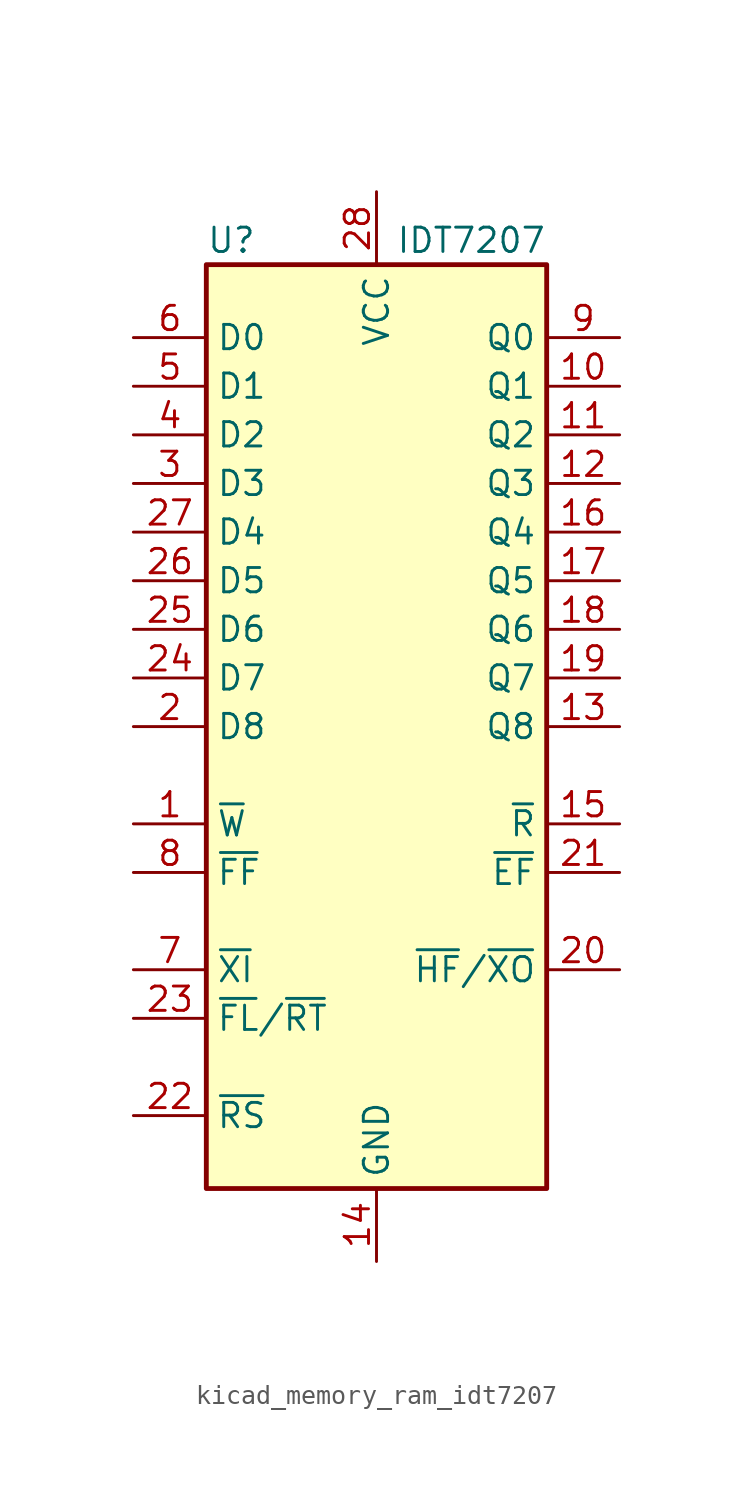
<source format=kicad_sym>
(kicad_symbol_lib
  (version 20220914)
  (generator kicad_symbol_editor)
  (symbol "kicad_memory_ram_idt7207"
    (property "Reference" "U"
      (at -8.89 25.4 0)
      (effects (font (size 1.27 1.27)) (justify left)))
    (property "Value" "IDT7207"
      (at 8.89 25.4 0)
      (effects (font (size 1.27 1.27)) (justify right)))
    (symbol "kicad_memory_ram_idt7207_0_1"
      (rectangle (start -8.89 24.13) (end 8.89 -24.13) (stroke (width 0.254) (type default)) (fill (type background)))
      (pin input line (at -12.7 -5.08 0) (length 3.81) (name "~{W}" (effects (font (size 1.27 1.27)))) (number "1" (effects (font (size 1.27 1.27)))))
      (pin output line (at 12.7 17.78 180) (length 3.81) (name "Q1" (effects (font (size 1.27 1.27)))) (number "10" (effects (font (size 1.27 1.27)))))
      (pin output line (at 12.7 15.24 180) (length 3.81) (name "Q2" (effects (font (size 1.27 1.27)))) (number "11" (effects (font (size 1.27 1.27)))))
      (pin output line (at 12.7 12.7 180) (length 3.81) (name "Q3" (effects (font (size 1.27 1.27)))) (number "12" (effects (font (size 1.27 1.27)))))
      (pin output line (at 12.7 0 180) (length 3.81) (name "Q8" (effects (font (size 1.27 1.27)))) (number "13" (effects (font (size 1.27 1.27)))))
      (pin power_in line (at 0 -27.94 90) (length 3.81) (name "GND" (effects (font (size 1.27 1.27)))) (number "14" (effects (font (size 1.27 1.27)))))
      (pin input line (at 12.7 -5.08 180) (length 3.81) (name "~{R}" (effects (font (size 1.27 1.27)))) (number "15" (effects (font (size 1.27 1.27)))))
      (pin output line (at 12.7 10.16 180) (length 3.81) (name "Q4" (effects (font (size 1.27 1.27)))) (number "16" (effects (font (size 1.27 1.27)))))
      (pin output line (at 12.7 7.62 180) (length 3.81) (name "Q5" (effects (font (size 1.27 1.27)))) (number "17" (effects (font (size 1.27 1.27)))))
      (pin output line (at 12.7 5.08 180) (length 3.81) (name "Q6" (effects (font (size 1.27 1.27)))) (number "18" (effects (font (size 1.27 1.27)))))
      (pin output line (at 12.7 2.54 180) (length 3.81) (name "Q7" (effects (font (size 1.27 1.27)))) (number "19" (effects (font (size 1.27 1.27)))))
      (pin input line (at -12.7 0 0) (length 3.81) (name "D8" (effects (font (size 1.27 1.27)))) (number "2" (effects (font (size 1.27 1.27)))))
      (pin output line (at 12.7 -12.7 180) (length 3.81) (name "~{HF}/~{XO}" (effects (font (size 1.27 1.27)))) (number "20" (effects (font (size 1.27 1.27)))))
      (pin output line (at 12.7 -7.62 180) (length 3.81) (name "~{EF}" (effects (font (size 1.27 1.27)))) (number "21" (effects (font (size 1.27 1.27)))))
      (pin input line (at -12.7 -20.32 0) (length 3.81) (name "~{RS}" (effects (font (size 1.27 1.27)))) (number "22" (effects (font (size 1.27 1.27)))))
      (pin input line (at -12.7 -15.24 0) (length 3.81) (name "~{FL}/~{RT}" (effects (font (size 1.27 1.27)))) (number "23" (effects (font (size 1.27 1.27)))))
      (pin input line (at -12.7 2.54 0) (length 3.81) (name "D7" (effects (font (size 1.27 1.27)))) (number "24" (effects (font (size 1.27 1.27)))))
      (pin input line (at -12.7 5.08 0) (length 3.81) (name "D6" (effects (font (size 1.27 1.27)))) (number "25" (effects (font (size 1.27 1.27)))))
      (pin input line (at -12.7 7.62 0) (length 3.81) (name "D5" (effects (font (size 1.27 1.27)))) (number "26" (effects (font (size 1.27 1.27)))))
      (pin input line (at -12.7 10.16 0) (length 3.81) (name "D4" (effects (font (size 1.27 1.27)))) (number "27" (effects (font (size 1.27 1.27)))))
      (pin power_in line (at 0 27.94 270) (length 3.81) (name "VCC" (effects (font (size 1.27 1.27)))) (number "28" (effects (font (size 1.27 1.27)))))
      (pin input line (at -12.7 12.7 0) (length 3.81) (name "D3" (effects (font (size 1.27 1.27)))) (number "3" (effects (font (size 1.27 1.27)))))
      (pin input line (at -12.7 15.24 0) (length 3.81) (name "D2" (effects (font (size 1.27 1.27)))) (number "4" (effects (font (size 1.27 1.27)))))
      (pin input line (at -12.7 17.78 0) (length 3.81) (name "D1" (effects (font (size 1.27 1.27)))) (number "5" (effects (font (size 1.27 1.27)))))
      (pin input line (at -12.7 20.32 0) (length 3.81) (name "D0" (effects (font (size 1.27 1.27)))) (number "6" (effects (font (size 1.27 1.27)))))
      (pin input line (at -12.7 -12.7 0) (length 3.81) (name "~{XI}" (effects (font (size 1.27 1.27)))) (number "7" (effects (font (size 1.27 1.27)))))
      (pin output line (at -12.7 -7.62 0) (length 3.81) (name "~{FF}" (effects (font (size 1.27 1.27)))) (number "8" (effects (font (size 1.27 1.27)))))
      (pin output line (at 12.7 20.32 180) (length 3.81) (name "Q0" (effects (font (size 1.27 1.27)))) (number "9" (effects (font (size 1.27 1.27))))))))
</source>
